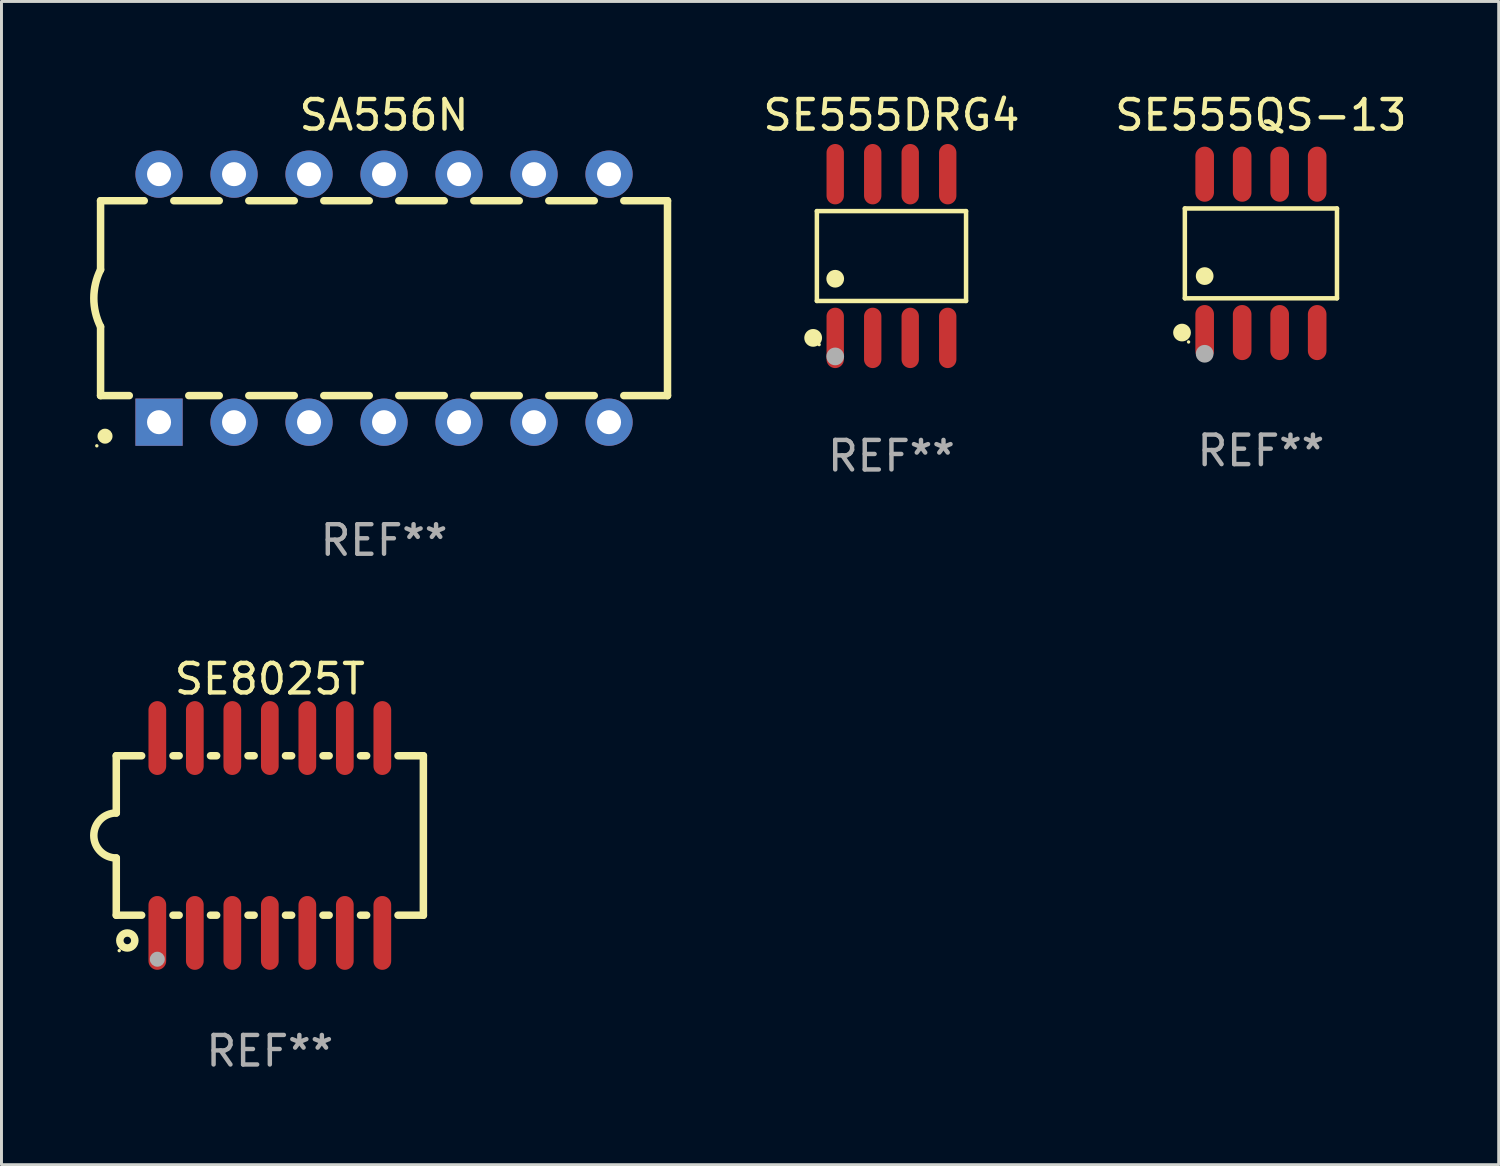
<source format=kicad_pcb>
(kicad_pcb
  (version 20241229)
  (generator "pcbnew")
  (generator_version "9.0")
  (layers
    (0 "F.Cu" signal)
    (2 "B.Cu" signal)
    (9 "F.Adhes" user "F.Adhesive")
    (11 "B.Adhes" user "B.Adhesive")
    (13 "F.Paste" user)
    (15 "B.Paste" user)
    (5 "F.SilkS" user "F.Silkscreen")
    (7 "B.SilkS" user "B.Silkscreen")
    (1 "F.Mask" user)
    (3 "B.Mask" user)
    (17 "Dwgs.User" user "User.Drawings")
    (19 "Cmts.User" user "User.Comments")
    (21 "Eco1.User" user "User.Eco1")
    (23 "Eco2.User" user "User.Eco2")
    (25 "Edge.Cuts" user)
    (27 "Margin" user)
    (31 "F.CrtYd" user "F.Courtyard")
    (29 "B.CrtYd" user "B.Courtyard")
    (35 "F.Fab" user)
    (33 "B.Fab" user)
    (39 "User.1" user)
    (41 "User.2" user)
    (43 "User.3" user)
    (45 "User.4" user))
  (footprint "SE555DRG4"
    (layer "F.Cu")
    (at 27.141 5.621)
    (property "Reference" "SE555DRG4" (at 0 -4.772 0) (layer "F.SilkS") (effects (font (size 1 1) (thickness 0.15))))
    (attr through_hole)
    (fp_line (start -2.526 -1.521) (end 2.526 -1.521) (stroke (width 0.152) (type solid)) (layer "F.SilkS"))
    (fp_line (start -2.526 1.521) (end -2.526 -1.521) (stroke (width 0.152) (type solid)) (layer "F.SilkS"))
    (fp_line (start 2.526 -1.521) (end 2.526 1.521) (stroke (width 0.152) (type solid)) (layer "F.SilkS"))
    (fp_line (start 2.526 1.521) (end -2.526 1.521) (stroke (width 0.152) (type solid)) (layer "F.SilkS"))
    (fp_circle (center -2.652 2.772) (end -2.501 2.772) (stroke (width 0.3) (type solid)) (fill no) (layer "F.SilkS"))
    (fp_circle (center -2.45 3) (end -2.42 3) (stroke (width 0.06) (type solid)) (fill no) (layer "F.SilkS"))
    (fp_circle (center -1.905 0.769) (end -1.755 0.769) (stroke (width 0.3) (type solid)) (fill no) (layer "F.SilkS"))
    (fp_circle (center -1.905 3.4) (end -1.755 3.4) (stroke (width 0.3) (type solid)) (fill no) (layer "F.Fab"))
    (fp_text user "REF**" (at 0 6.772 0) (layer "F.Fab") (effects (font (size 1 1) (thickness 0.15))))
    (pad "1" smd oval (at -1.905 2.772) (size 0.588 2.045) (layers "F.Cu" "F.Mask" "F.Paste"))
    (pad "2" smd oval (at -0.635 2.772) (size 0.588 2.045) (layers "F.Cu" "F.Mask" "F.Paste"))
    (pad "3" smd oval (at 0.635 2.772) (size 0.588 2.045) (layers "F.Cu" "F.Mask" "F.Paste"))
    (pad "4" smd oval (at 1.905 2.772) (size 0.588 2.045) (layers "F.Cu" "F.Mask" "F.Paste"))
    (pad "5" smd oval (at 1.905 -2.772) (size 0.588 2.045) (layers "F.Cu" "F.Mask" "F.Paste"))
    (pad "6" smd oval (at 0.635 -2.772) (size 0.588 2.045) (layers "F.Cu" "F.Mask" "F.Paste"))
    (pad "7" smd oval (at -0.635 -2.772) (size 0.588 2.045) (layers "F.Cu" "F.Mask" "F.Paste"))
    (pad "8" smd oval (at -1.905 -2.772) (size 0.588 2.045) (layers "F.Cu" "F.Mask" "F.Paste")))
  (footprint "SA556N"
    (layer "F.Cu")
    (at 9.956 7.048)
    (property "Reference" "SA556N" (at 0 -6.2 0) (layer "F.SilkS") (effects (font (size 1 1) (thickness 0.15))))
    (attr through_hole)
    (fp_line (start -9.6 -3.3) (end -9.6 -0.965) (stroke (width 0.254) (type solid)) (layer "F.SilkS"))
    (fp_line (start -9.6 -3.3) (end -8.121 -3.3) (stroke (width 0.254) (type solid)) (layer "F.SilkS"))
    (fp_line (start -9.6 3.3) (end -9.6 0.965) (stroke (width 0.254) (type solid)) (layer "F.SilkS"))
    (fp_line (start -9.6 3.3) (end -8.628 3.3) (stroke (width 0.254) (type solid)) (layer "F.SilkS"))
    (fp_line (start -7.119 -3.3) (end -5.581 -3.3) (stroke (width 0.254) (type solid)) (layer "F.SilkS"))
    (fp_line (start -6.612 3.3) (end -5.581 3.3) (stroke (width 0.254) (type solid)) (layer "F.SilkS"))
    (fp_line (start -4.579 -3.3) (end -3.041 -3.3) (stroke (width 0.254) (type solid)) (layer "F.SilkS"))
    (fp_line (start -4.579 3.3) (end -3.041 3.3) (stroke (width 0.254) (type solid)) (layer "F.SilkS"))
    (fp_line (start -2.039 -3.3) (end -0.501 -3.3) (stroke (width 0.254) (type solid)) (layer "F.SilkS"))
    (fp_line (start -2.039 3.3) (end -0.501 3.3) (stroke (width 0.254) (type solid)) (layer "F.SilkS"))
    (fp_line (start 0.501 -3.3) (end 2.039 -3.3) (stroke (width 0.254) (type solid)) (layer "F.SilkS"))
    (fp_line (start 0.501 3.3) (end 2.039 3.3) (stroke (width 0.254) (type solid)) (layer "F.SilkS"))
    (fp_line (start 3.041 -3.3) (end 4.579 -3.3) (stroke (width 0.254) (type solid)) (layer "F.SilkS"))
    (fp_line (start 3.041 3.3) (end 4.579 3.3) (stroke (width 0.254) (type solid)) (layer "F.SilkS"))
    (fp_line (start 5.581 -3.3) (end 7.119 -3.3) (stroke (width 0.254) (type solid)) (layer "F.SilkS"))
    (fp_line (start 5.581 3.3) (end 7.119 3.3) (stroke (width 0.254) (type solid)) (layer "F.SilkS"))
    (fp_line (start 8.121 -3.3) (end 9.6 -3.3) (stroke (width 0.254) (type solid)) (layer "F.SilkS"))
    (fp_line (start 8.121 3.3) (end 9.6 3.3) (stroke (width 0.254) (type solid)) (layer "F.SilkS"))
    (fp_line (start 9.6 -3.3) (end 9.6 3.3) (stroke (width 0.254) (type solid)) (layer "F.SilkS"))
    (fp_arc (start -9.601219 0.965202) (mid -9.828641 -0.00004) (end -9.600025 -0.964999) (stroke (width 0.254001) (type solid)) (layer "F.SilkS"))
    (fp_circle (center -9.727 5) (end -9.697 5) (stroke (width 0.06) (type solid)) (fill no) (layer "F.SilkS"))
    (fp_circle (center -9.449 4.674) (end -9.322 4.674) (stroke (width 0.254) (type solid)) (fill no) (layer "F.SilkS"))
    (fp_text user "REF**" (at 0 8.2 0) (layer "F.Fab") (effects (font (size 1 1) (thickness 0.15))))
    (pad "1" thru_hole rect (at -7.62 4.2) (size 1.6 1.6) (drill 0.813) (layers "*.Cu" "*.Mask"))
    (pad "2" thru_hole circle (at -5.08 4.2) (size 1.6 1.6) (drill 0.813) (layers "*.Cu" "*.Mask"))
    (pad "3" thru_hole circle (at -2.54 4.2) (size 1.6 1.6) (drill 0.813) (layers "*.Cu" "*.Mask"))
    (pad "4" thru_hole circle (at 0 4.2) (size 1.6 1.6) (drill 0.813) (layers "*.Cu" "*.Mask"))
    (pad "5" thru_hole circle (at 2.54 4.2) (size 1.6 1.6) (drill 0.813) (layers "*.Cu" "*.Mask"))
    (pad "6" thru_hole circle (at 5.08 4.2) (size 1.6 1.6) (drill 0.813) (layers "*.Cu" "*.Mask"))
    (pad "7" thru_hole circle (at 7.62 4.2) (size 1.6 1.6) (drill 0.813) (layers "*.Cu" "*.Mask"))
    (pad "8" thru_hole circle (at 7.62 -4.2) (size 1.6 1.6) (drill 0.813) (layers "*.Cu" "*.Mask"))
    (pad "9" thru_hole circle (at 5.08 -4.2) (size 1.6 1.6) (drill 0.813) (layers "*.Cu" "*.Mask"))
    (pad "10" thru_hole circle (at 2.54 -4.2) (size 1.6 1.6) (drill 0.813) (layers "*.Cu" "*.Mask"))
    (pad "11" thru_hole circle (at 0 -4.2) (size 1.6 1.6) (drill 0.813) (layers "*.Cu" "*.Mask"))
    (pad "12" thru_hole circle (at -2.54 -4.2) (size 1.6 1.6) (drill 0.813) (layers "*.Cu" "*.Mask"))
    (pad "13" thru_hole circle (at -5.08 -4.2) (size 1.6 1.6) (drill 0.813) (layers "*.Cu" "*.Mask"))
    (pad "14" thru_hole circle (at -7.62 -4.2) (size 1.6 1.6) (drill 0.813) (layers "*.Cu" "*.Mask")))
  (footprint "SE555QS-13"
    (layer "F.Cu")
    (at 39.653 5.531)
    (property "Reference" "SE555QS-13" (at 0 -4.682 0) (layer "F.SilkS") (effects (font (size 1 1) (thickness 0.15))))
    (attr through_hole)
    (fp_line (start -2.576 -1.521) (end 2.576 -1.521) (stroke (width 0.152) (type solid)) (layer "F.SilkS"))
    (fp_line (start -2.576 1.521) (end -2.576 -1.521) (stroke (width 0.152) (type solid)) (layer "F.SilkS"))
    (fp_line (start 2.576 -1.521) (end 2.576 1.521) (stroke (width 0.152) (type solid)) (layer "F.SilkS"))
    (fp_line (start 2.576 1.521) (end -2.576 1.521) (stroke (width 0.152) (type solid)) (layer "F.SilkS"))
    (fp_circle (center -2.672 2.682) (end -2.522 2.682) (stroke (width 0.3) (type solid)) (fill no) (layer "F.SilkS"))
    (fp_circle (center -2.45 3) (end -2.42 3) (stroke (width 0.06) (type solid)) (fill no) (layer "F.SilkS"))
    (fp_circle (center -1.905 0.769) (end -1.755 0.769) (stroke (width 0.3) (type solid)) (fill no) (layer "F.SilkS"))
    (fp_circle (center -1.905 3.4) (end -1.755 3.4) (stroke (width 0.3) (type solid)) (fill no) (layer "F.Fab"))
    (fp_text user "REF**" (at 0 6.682 0) (layer "F.Fab") (effects (font (size 1 1) (thickness 0.15))))
    (pad "1" smd oval (at -1.905 2.682) (size 0.63 1.865) (layers "F.Cu" "F.Mask" "F.Paste"))
    (pad "2" smd oval (at -0.635 2.682) (size 0.63 1.865) (layers "F.Cu" "F.Mask" "F.Paste"))
    (pad "3" smd oval (at 0.635 2.682) (size 0.63 1.865) (layers "F.Cu" "F.Mask" "F.Paste"))
    (pad "4" smd oval (at 1.905 2.682) (size 0.63 1.865) (layers "F.Cu" "F.Mask" "F.Paste"))
    (pad "5" smd oval (at 1.905 -2.682) (size 0.63 1.865) (layers "F.Cu" "F.Mask" "F.Paste"))
    (pad "6" smd oval (at 0.635 -2.682) (size 0.63 1.865) (layers "F.Cu" "F.Mask" "F.Paste"))
    (pad "7" smd oval (at -0.635 -2.682) (size 0.63 1.865) (layers "F.Cu" "F.Mask" "F.Paste"))
    (pad "8" smd oval (at -1.905 -2.682) (size 0.63 1.865) (layers "F.Cu" "F.Mask" "F.Paste")))
  (footprint "SE8025T"
    (layer "F.Cu")
    (at 6.088 25.245)
    (property "Reference" "SE8025T" (at 0 -5.3 0) (layer "F.SilkS") (effects (font (size 1 1) (thickness 0.15))))
    (attr through_hole)
    (fp_line (start -5.2 -2.7) (end -5.2 -0.762) (stroke (width 0.254) (type solid)) (layer "F.SilkS"))
    (fp_line (start -5.2 -2.7) (end -4.341 -2.7) (stroke (width 0.254) (type solid)) (layer "F.SilkS"))
    (fp_line (start -5.2 2.7) (end -5.2 0.762) (stroke (width 0.254) (type solid)) (layer "F.SilkS"))
    (fp_line (start -4.341 2.7) (end -5.2 2.7) (stroke (width 0.254) (type solid)) (layer "F.SilkS"))
    (fp_line (start -3.279 -2.7) (end -3.071 -2.7) (stroke (width 0.254) (type solid)) (layer "F.SilkS"))
    (fp_line (start -3.071 2.7) (end -3.279 2.7) (stroke (width 0.254) (type solid)) (layer "F.SilkS"))
    (fp_line (start -2.009 -2.7) (end -1.801 -2.7) (stroke (width 0.254) (type solid)) (layer "F.SilkS"))
    (fp_line (start -1.801 2.7) (end -2.009 2.7) (stroke (width 0.254) (type solid)) (layer "F.SilkS"))
    (fp_line (start -0.739 -2.7) (end -0.531 -2.7) (stroke (width 0.254) (type solid)) (layer "F.SilkS"))
    (fp_line (start -0.531 2.7) (end -0.739 2.7) (stroke (width 0.254) (type solid)) (layer "F.SilkS"))
    (fp_line (start 0.531 -2.7) (end 0.739 -2.7) (stroke (width 0.254) (type solid)) (layer "F.SilkS"))
    (fp_line (start 0.739 2.7) (end 0.531 2.7) (stroke (width 0.254) (type solid)) (layer "F.SilkS"))
    (fp_line (start 1.801 -2.7) (end 2.009 -2.7) (stroke (width 0.254) (type solid)) (layer "F.SilkS"))
    (fp_line (start 2.009 2.7) (end 1.801 2.7) (stroke (width 0.254) (type solid)) (layer "F.SilkS"))
    (fp_line (start 3.071 -2.7) (end 3.279 -2.7) (stroke (width 0.254) (type solid)) (layer "F.SilkS"))
    (fp_line (start 3.279 2.7) (end 3.071 2.7) (stroke (width 0.254) (type solid)) (layer "F.SilkS"))
    (fp_line (start 4.341 -2.7) (end 5.2 -2.7) (stroke (width 0.254) (type solid)) (layer "F.SilkS"))
    (fp_line (start 5.2 2.7) (end 4.341 2.7) (stroke (width 0.254) (type solid)) (layer "F.SilkS"))
    (fp_line (start 5.2 2.7) (end 5.2 -2.7) (stroke (width 0.254) (type solid)) (layer "F.SilkS"))
    (fp_arc (start -5.2 0.762002) (mid -5.961393 -0.000305) (end -5.199391 -0.762002) (stroke (width 0.254001) (type solid)) (layer "F.SilkS"))
    (fp_circle (center -5.1 3.9) (end -5.07 3.9) (stroke (width 0.06) (type solid)) (fill no) (layer "F.SilkS"))
    (fp_circle (center -4.826 3.556) (end -4.572 3.556) (stroke (width 0.254) (type solid)) (fill no) (layer "F.SilkS"))
    (fp_circle (center -3.81 4.191) (end -3.683 4.191) (stroke (width 0.254) (type solid)) (fill no) (layer "F.Fab"))
    (fp_text user "REF**" (at 0 7.3 0) (layer "F.Fab") (effects (font (size 1 1) (thickness 0.15))))
    (pad "1" smd oval (at -3.81 3.3) (size 0.6 2.5) (layers "F.Cu" "F.Mask" "F.Paste"))
    (pad "2" smd oval (at -2.54 3.3) (size 0.6 2.5) (layers "F.Cu" "F.Mask" "F.Paste"))
    (pad "3" smd oval (at -1.27 3.3) (size 0.6 2.5) (layers "F.Cu" "F.Mask" "F.Paste"))
    (pad "4" smd oval (at 0 3.3) (size 0.6 2.5) (layers "F.Cu" "F.Mask" "F.Paste"))
    (pad "5" smd oval (at 1.27 3.3) (size 0.6 2.5) (layers "F.Cu" "F.Mask" "F.Paste"))
    (pad "6" smd oval (at 2.54 3.3) (size 0.6 2.5) (layers "F.Cu" "F.Mask" "F.Paste"))
    (pad "7" smd oval (at 3.81 3.3) (size 0.6 2.5) (layers "F.Cu" "F.Mask" "F.Paste"))
    (pad "8" smd oval (at 3.81 -3.3) (size 0.6 2.5) (layers "F.Cu" "F.Mask" "F.Paste"))
    (pad "9" smd oval (at 2.54 -3.3) (size 0.6 2.5) (layers "F.Cu" "F.Mask" "F.Paste"))
    (pad "10" smd oval (at 1.27 -3.3) (size 0.6 2.5) (layers "F.Cu" "F.Mask" "F.Paste"))
    (pad "11" smd oval (at 0 -3.3) (size 0.6 2.5) (layers "F.Cu" "F.Mask" "F.Paste"))
    (pad "12" smd oval (at -1.27 -3.3) (size 0.6 2.5) (layers "F.Cu" "F.Mask" "F.Paste"))
    (pad "13" smd oval (at -2.54 -3.3) (size 0.6 2.5) (layers "F.Cu" "F.Mask" "F.Paste"))
    (pad "14" smd oval (at -3.81 -3.3) (size 0.6 2.5) (layers "F.Cu" "F.Mask" "F.Paste")))
  (gr_rect
    (start -3 -3)
    (end 47.706 36.393)
    (stroke (width 0.1) (type default))
    (fill no)
    (layer "Edge.Cuts")))
</source>
